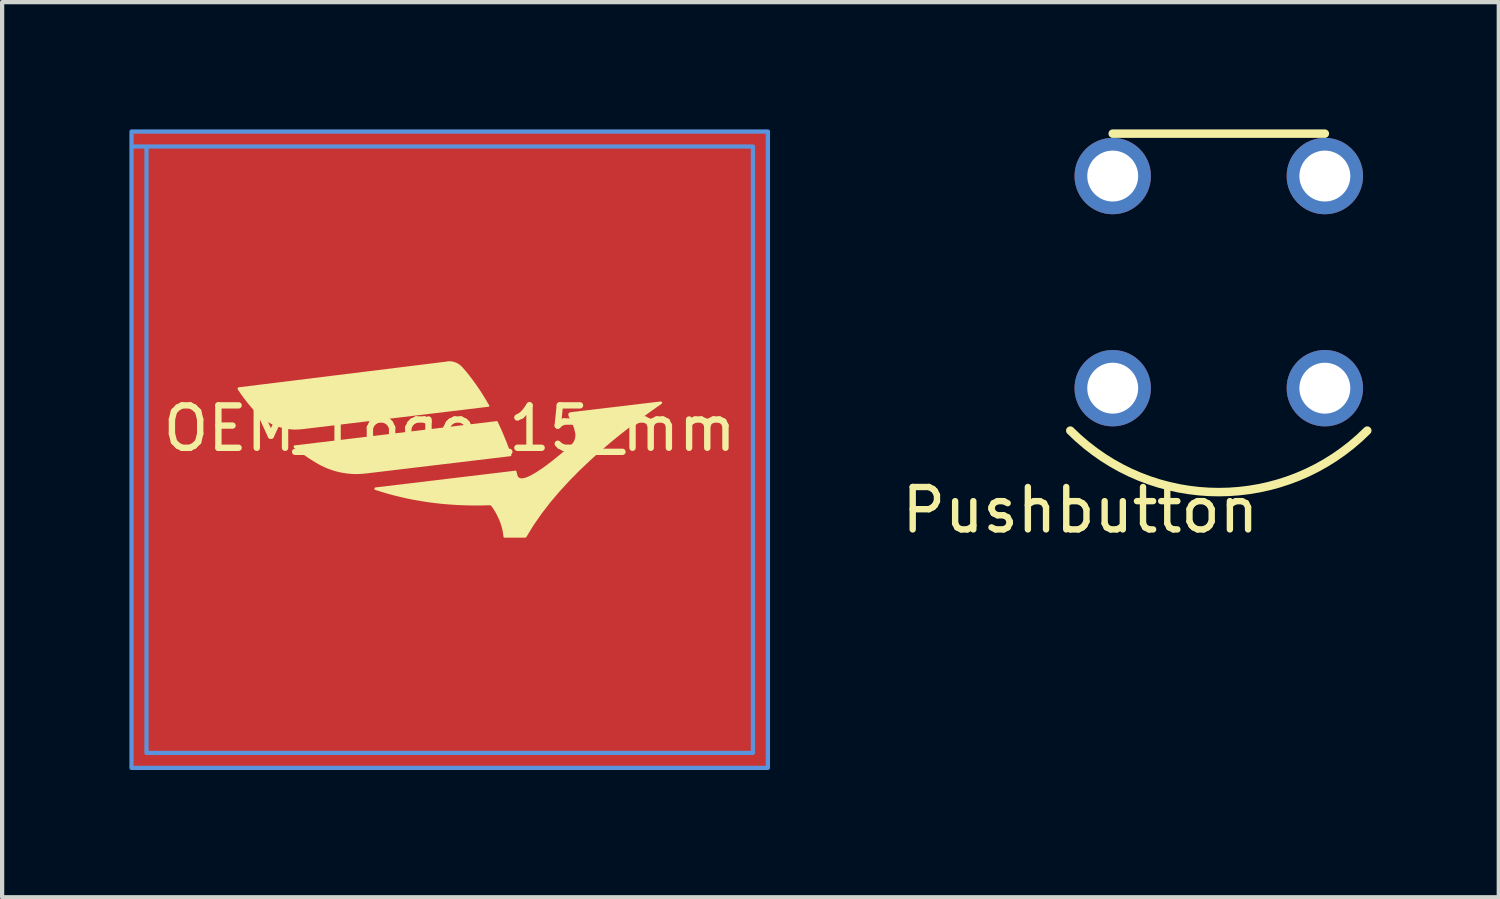
<source format=kicad_pcb>
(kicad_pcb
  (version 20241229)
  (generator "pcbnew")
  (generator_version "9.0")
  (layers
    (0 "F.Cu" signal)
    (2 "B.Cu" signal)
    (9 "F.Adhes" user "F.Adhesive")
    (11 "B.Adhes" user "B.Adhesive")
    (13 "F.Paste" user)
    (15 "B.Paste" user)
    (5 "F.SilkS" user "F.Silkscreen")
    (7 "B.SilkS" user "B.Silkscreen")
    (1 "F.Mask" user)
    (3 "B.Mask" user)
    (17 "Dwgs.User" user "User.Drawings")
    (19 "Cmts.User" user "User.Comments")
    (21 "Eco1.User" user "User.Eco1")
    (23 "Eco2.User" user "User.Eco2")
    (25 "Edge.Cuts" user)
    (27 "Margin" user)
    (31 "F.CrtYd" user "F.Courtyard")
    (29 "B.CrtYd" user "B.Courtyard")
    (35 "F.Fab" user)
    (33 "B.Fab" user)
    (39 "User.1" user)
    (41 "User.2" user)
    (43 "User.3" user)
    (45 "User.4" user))
  (footprint "Pushbutton"
    (layer "F.Cu")
    (at 23.178 1.1)
    (property "Reference" "Pushbutton" (at -0.762 7.874 0) (layer "F.SilkS") (effects (font (size 1 1) (thickness 0.15))))
    (attr through_hole)
    (fp_line (start 0 -1) (end 5 -1) (stroke (width 0.2) (type solid)) (layer "F.SilkS"))
    (fp_arc (start 6 6) (mid 2.5 7.449747) (end -1 6) (stroke (width 0.2) (type solid)) (layer "F.SilkS"))
    (pad "1" thru_hole circle (at 0 0) (size 1.8 1.8) (drill 1.2) (layers "*.Cu" "*.Mask"))
    (pad "1" thru_hole circle (at 0 5) (size 1.8 1.8) (drill 1.2) (layers "*.Cu" "*.Mask"))
    (pad "2" thru_hole circle (at 5 0) (size 1.8 1.8) (drill 1.2) (layers "*.Cu" "*.Mask"))
    (pad "2" thru_hole circle (at 5 5) (size 1.8 1.8) (drill 1.2) (layers "*.Cu" "*.Mask")))
  (footprint "OEM_Logo_15_mm"
    (layer "F.Cu")
    (at 7.55 7.55)
    (property "Reference" "OEM_Logo_15_mm" (at 0 -0.5 0) (unlocked yes) (layer "F.SilkS") (effects (font (size 1 1) (thickness 0.15))))
    (attr board_only)
    (fp_poly (pts (xy 7.5 7.5) (xy -7.5 7.5) (xy -7.5 -7.5) (xy 7.5 -7.5)) (stroke (width 0) (type solid)) (fill yes) (layer "F.Cu"))
    (fp_poly (pts (xy 7.5 7.5) (xy -7.5 7.5) (xy -7.5 -7.5) (xy 7.5 -7.5)) (stroke (width 0) (type solid)) (fill yes) (layer "F.Mask"))
    (fp_poly (pts (xy 0.015 -2.084) (xy 0.039 -2.082) (xy 0.064 -2.078) (xy 0.088 -2.073) (xy 0.111 -2.066) (xy 0.134 -2.058) (xy 0.157 -2.049) (xy 0.179 -2.038) (xy 0.2 -2.026) (xy 0.221 -2.012) (xy 0.241 -1.998) (xy 0.26 -1.982) (xy 0.279 -1.965) (xy 0.296 -1.947) (xy 0.38 -1.851) (xy 0.462 -1.749) (xy 0.544 -1.641) (xy 0.625 -1.529) (xy 0.705 -1.413) (xy 0.783 -1.292) (xy 0.86 -1.166) (xy 0.935 -1.037) (xy 0.935 -1.036) (xy 0.935 -1.035) (xy 0.935 -1.034) (xy 0.935 -1.033) (xy 0.935 -1.032) (xy 0.935 -1.031) (xy 0.935 -1.03) (xy 0.934 -1.029) (xy 0.934 -1.028) (xy 0.933 -1.027) (xy 0.933 -1.026) (xy 0.932 -1.025) (xy 0.931 -1.024) (xy 0.931 -1.023) (xy 0.929 -1.021) (xy 0.928 -1.019) (xy 0.926 -1.018) (xy 0.925 -1.016) (xy 0.924 -1.015) (xy 0.922 -1.013) (xy 0.921 -1.013) (xy -3.485 -0.483) (xy -3.563 -0.477) (xy -3.641 -0.474) (xy -3.719 -0.477) (xy -3.796 -0.485) (xy -3.872 -0.497) (xy -3.948 -0.513) (xy -4.022 -0.534) (xy -4.094 -0.559) (xy -4.165 -0.589) (xy -4.235 -0.623) (xy -4.302 -0.661) (xy -4.367 -0.703) (xy -4.429 -0.749) (xy -4.489 -0.799) (xy -4.546 -0.853) (xy -4.6 -0.91) (xy -4.639 -0.955) (xy -4.677 -0.998) (xy -4.712 -1.04) (xy -4.745 -1.08) (xy -4.777 -1.119) (xy -4.806 -1.156) (xy -4.859 -1.226) (xy -4.904 -1.287) (xy -4.941 -1.341) (xy -4.972 -1.386) (xy -4.995 -1.422) (xy -4.996 -1.424) (xy -4.997 -1.426) (xy -4.998 -1.428) (xy -4.998 -1.43) (xy -4.999 -1.432) (xy -4.999 -1.434) (xy -4.999 -1.436) (xy -4.999 -1.438) (xy -4.999 -1.44) (xy -4.999 -1.443) (xy -4.999 -1.445) (xy -4.999 -1.447) (xy -4.998 -1.449) (xy -4.998 -1.451) (xy -4.997 -1.453) (xy -4.996 -1.454) (xy -4.995 -1.456) (xy -4.994 -1.458) (xy -4.993 -1.46) (xy -4.992 -1.461) (xy -4.991 -1.463) (xy -4.989 -1.464) (xy -4.988 -1.465) (xy -4.986 -1.466) (xy -4.985 -1.467) (xy -4.983 -1.468) (xy -4.981 -1.469) (xy -4.979 -1.47) (xy -4.977 -1.47) (xy -4.975 -1.471) (xy -4.973 -1.471) (xy -4.971 -1.471) (xy -0.063 -2.078) (xy -0.06 -2.081) (xy -0.035 -2.084) (xy -0.01 -2.085)) (stroke (width 0) (type solid)) (fill yes) (layer "F.SilkS"))
    (fp_poly (pts (xy 1.113 -0.674) (xy 1.114 -0.674) (xy 1.116 -0.673) (xy 1.117 -0.673) (xy 1.119 -0.673) (xy 1.119 -0.673) (xy 1.12 -0.672) (xy 1.121 -0.672) (xy 1.121 -0.672) (xy 1.122 -0.672) (xy 1.123 -0.671) (xy 1.123 -0.671) (xy 1.124 -0.671) (xy 1.125 -0.67) (xy 1.125 -0.67) (xy 1.126 -0.669) (xy 1.126 -0.669) (xy 1.127 -0.668) (xy 1.127 -0.668) (xy 1.128 -0.667) (xy 1.128 -0.667) (xy 1.128 -0.666) (xy 1.128 -0.666) (xy 1.129 -0.665) (xy 1.129 -0.665) (xy 1.129 -0.664) (xy 1.129 -0.663) (xy 1.173 -0.568) (xy 1.217 -0.471) (xy 1.259 -0.374) (xy 1.3 -0.276) (xy 1.341 -0.176) (xy 1.379 -0.075) (xy 1.417 0.027) (xy 1.453 0.13) (xy 1.454 0.131) (xy 1.454 0.132) (xy 1.454 0.133) (xy 1.454 0.134) (xy 1.454 0.135) (xy 1.454 0.136) (xy 1.453 0.137) (xy 1.453 0.138) (xy 1.452 0.139) (xy 1.452 0.14) (xy 1.451 0.141) (xy 1.451 0.142) (xy 1.45 0.143) (xy 1.449 0.143) (xy 1.448 0.145) (xy 1.446 0.146) (xy 1.445 0.148) (xy 1.443 0.149) (xy 1.442 0.15) (xy 1.44 0.151) (xy 1.439 0.152) (xy -1.979 0.561) (xy -2.056 0.568) (xy -2.134 0.573) (xy -2.211 0.574) (xy -2.289 0.572) (xy -2.366 0.566) (xy -2.442 0.558) (xy -2.519 0.546) (xy -2.594 0.531) (xy -2.669 0.513) (xy -2.743 0.492) (xy -2.816 0.467) (xy -2.888 0.44) (xy -2.959 0.409) (xy -3.029 0.376) (xy -3.097 0.339) (xy -3.164 0.3) (xy -3.232 0.257) (xy -3.299 0.215) (xy -3.364 0.172) (xy -3.427 0.128) (xy -3.489 0.085) (xy -3.55 0.041) (xy -3.61 -0.002) (xy -3.669 -0.046) (xy -3.665 -0.046) (xy -3.668 -0.048) (xy -3.67 -0.049) (xy -3.671 -0.051) (xy -3.673 -0.053) (xy -3.674 -0.056) (xy -3.676 -0.058) (xy -3.677 -0.06) (xy -3.677 -0.062) (xy -3.678 -0.064) (xy -3.679 -0.067) (xy -3.679 -0.069) (xy -3.679 -0.072) (xy -3.679 -0.074) (xy -3.679 -0.076) (xy -3.679 -0.078) (xy -3.678 -0.081) (xy -3.677 -0.083) (xy -3.677 -0.085) (xy -3.676 -0.087) (xy -3.675 -0.089) (xy -3.673 -0.091) (xy -3.672 -0.093) (xy -3.67 -0.094) (xy -3.669 -0.096) (xy -3.667 -0.097) (xy -3.665 -0.099) (xy -3.663 -0.1) (xy -3.661 -0.101) (xy -3.659 -0.101) (xy -3.656 -0.102) (xy -3.654 -0.102) (xy -3.651 -0.102) (xy 1.111 -0.674)) (stroke (width 0) (type solid)) (fill yes) (layer "F.SilkS"))
    (fp_poly (pts (xy 4.977 -1.137) (xy 4.98 -1.136) (xy 4.982 -1.136) (xy 4.985 -1.135) (xy 4.987 -1.134) (xy 4.99 -1.133) (xy 4.992 -1.131) (xy 4.994 -1.13) (xy 4.996 -1.128) (xy 4.998 -1.126) (xy 5 -1.124) (xy 5.001 -1.122) (xy 5.002 -1.119) (xy 5.003 -1.117) (xy 5.004 -1.115) (xy 5.005 -1.112) (xy 5.005 -1.11) (xy 5.006 -1.107) (xy 5.006 -1.104) (xy 5.006 -1.102) (xy 5.005 -1.099) (xy 5.005 -1.097) (xy 5.004 -1.094) (xy 5.003 -1.092) (xy 5.002 -1.09) (xy 5 -1.087) (xy 4.999 -1.085) (xy 4.997 -1.083) (xy 4.994 -1.081) (xy 4.992 -1.08) (xy 4.752 -0.912) (xy 4.412 -0.663) (xy 3.999 -0.341) (xy 3.774 -0.156) (xy 3.541 0.044) (xy 3.303 0.259) (xy 3.064 0.486) (xy 2.828 0.725) (xy 2.598 0.975) (xy 2.377 1.234) (xy 2.17 1.502) (xy 1.978 1.778) (xy 1.806 2.06) (xy 1.806 2.061) (xy 1.805 2.061) (xy 1.803 2.063) (xy 1.801 2.064) (xy 1.799 2.065) (xy 1.797 2.067) (xy 1.794 2.068) (xy 1.792 2.069) (xy 1.79 2.07) (xy 1.785 2.072) (xy 1.781 2.073) (xy 1.778 2.074) (xy 1.298 2.074) (xy 1.297 2.074) (xy 1.295 2.074) (xy 1.293 2.074) (xy 1.292 2.074) (xy 1.29 2.074) (xy 1.289 2.073) (xy 1.287 2.073) (xy 1.286 2.072) (xy 1.284 2.072) (xy 1.283 2.071) (xy 1.282 2.071) (xy 1.28 2.07) (xy 1.279 2.069) (xy 1.278 2.068) (xy 1.277 2.068) (xy 1.276 2.067) (xy 1.275 2.066) (xy 1.274 2.065) (xy 1.273 2.064) (xy 1.272 2.063) (xy 1.271 2.062) (xy 1.27 2.06) (xy 1.27 2.059) (xy 1.269 2.058) (xy 1.268 2.057) (xy 1.268 2.055) (xy 1.268 2.054) (xy 1.267 2.052) (xy 1.267 2.051) (xy 1.267 2.049) (xy 1.267 2.048) (xy 1.267 2.046) (xy 1.263 2.014) (xy 1.259 1.981) (xy 1.254 1.95) (xy 1.249 1.918) (xy 1.242 1.888) (xy 1.235 1.857) (xy 1.219 1.798) (xy 1.201 1.742) (xy 1.181 1.687) (xy 1.159 1.636) (xy 1.137 1.587) (xy 1.115 1.542) (xy 1.093 1.5) (xy 1.071 1.462) (xy 1.05 1.427) (xy 1.03 1.396) (xy 1.012 1.37) (xy 0.984 1.33) (xy 0.982 1.327) (xy 0.98 1.325) (xy 0.978 1.323) (xy 0.975 1.321) (xy 0.973 1.319) (xy 0.97 1.317) (xy 0.967 1.315) (xy 0.964 1.314) (xy 0.961 1.313) (xy 0.958 1.312) (xy 0.955 1.311) (xy 0.952 1.31) (xy 0.948 1.309) (xy 0.945 1.309) (xy 0.942 1.309) (xy 0.938 1.309) (xy 0.744 1.314) (xy 0.553 1.315) (xy 0.365 1.311) (xy 0.182 1.304) (xy 0.001 1.292) (xy -0.176 1.277) (xy -0.349 1.258) (xy -0.519 1.236) (xy -0.685 1.21) (xy -0.848 1.182) (xy -1.007 1.15) (xy -1.163 1.115) (xy -1.316 1.077) (xy -1.465 1.037) (xy -1.753 0.949) (xy -1.756 0.948) (xy -1.759 0.947) (xy -1.761 0.945) (xy -1.763 0.943) (xy -1.765 0.942) (xy -1.767 0.94) (xy -1.769 0.938) (xy -1.77 0.936) (xy -1.771 0.933) (xy -1.772 0.931) (xy -1.773 0.929) (xy -1.773 0.926) (xy -1.774 0.924) (xy -1.774 0.921) (xy -1.774 0.919) (xy -1.774 0.916) (xy -1.773 0.914) (xy -1.773 0.911) (xy -1.772 0.909) (xy -1.771 0.907) (xy -1.77 0.904) (xy -1.768 0.902) (xy -1.767 0.9) (xy -1.765 0.898) (xy -1.763 0.897) (xy -1.761 0.895) (xy -1.759 0.893) (xy -1.757 0.892) (xy -1.754 0.891) (xy -1.752 0.89) (xy -1.749 0.889) (xy -1.746 0.889) (xy 1.552 0.494) (xy 1.553 0.494) (xy 1.554 0.493) (xy 1.554 0.493) (xy 1.555 0.493) (xy 1.556 0.493) (xy 1.557 0.493) (xy 1.557 0.493) (xy 1.558 0.493) (xy 1.559 0.493) (xy 1.559 0.493) (xy 1.56 0.494) (xy 1.561 0.494) (xy 1.562 0.494) (xy 1.562 0.494) (xy 1.563 0.495) (xy 1.564 0.495) (xy 1.564 0.496) (xy 1.565 0.496) (xy 1.566 0.497) (xy 1.566 0.497) (xy 1.567 0.498) (xy 1.567 0.498) (xy 1.568 0.499) (xy 1.568 0.499) (xy 1.569 0.5) (xy 1.569 0.501) (xy 1.569 0.501) (xy 1.569 0.502) (xy 1.57 0.502) (xy 1.57 0.503) (xy 1.57 0.504) (xy 1.57 0.504) (xy 1.586 0.564) (xy 1.594 0.593) (xy 1.602 0.621) (xy 1.616 0.644) (xy 1.636 0.661) (xy 1.66 0.671) (xy 1.688 0.675) (xy 1.72 0.674) (xy 1.756 0.667) (xy 1.795 0.656) (xy 1.837 0.64) (xy 1.882 0.62) (xy 1.929 0.596) (xy 2.028 0.539) (xy 2.132 0.472) (xy 2.238 0.398) (xy 2.344 0.319) (xy 2.447 0.239) (xy 2.632 0.088) (xy 2.843 -0.095) (xy 2.856 -0.106) (xy 2.867 -0.117) (xy 2.878 -0.129) (xy 2.888 -0.14) (xy 2.897 -0.151) (xy 2.906 -0.163) (xy 2.914 -0.174) (xy 2.921 -0.185) (xy 2.927 -0.197) (xy 2.933 -0.208) (xy 2.938 -0.22) (xy 2.942 -0.231) (xy 2.946 -0.242) (xy 2.95 -0.253) (xy 2.953 -0.264) (xy 2.955 -0.274) (xy 2.959 -0.295) (xy 2.962 -0.315) (xy 2.963 -0.334) (xy 2.963 -0.351) (xy 2.962 -0.367) (xy 2.96 -0.382) (xy 2.958 -0.395) (xy 2.956 -0.406) (xy 2.946 -0.446) (xy 2.936 -0.484) (xy 2.925 -0.52) (xy 2.914 -0.553) (xy 2.903 -0.584) (xy 2.892 -0.612) (xy 2.881 -0.639) (xy 2.87 -0.663) (xy 2.859 -0.685) (xy 2.85 -0.704) (xy 2.84 -0.722) (xy 2.831 -0.738) (xy 2.823 -0.751) (xy 2.816 -0.763) (xy 2.805 -0.78) (xy 2.808 -0.787) (xy 2.806 -0.79) (xy 2.804 -0.794) (xy 2.802 -0.798) (xy 2.8 -0.802) (xy 2.799 -0.806) (xy 2.798 -0.81) (xy 2.796 -0.814) (xy 2.796 -0.818) (xy 2.795 -0.822) (xy 2.795 -0.825) (xy 2.795 -0.829) (xy 2.795 -0.833) (xy 2.795 -0.837) (xy 2.796 -0.841) (xy 2.797 -0.844) (xy 2.798 -0.848) (xy 2.8 -0.852) (xy 2.801 -0.855) (xy 2.804 -0.858) (xy 2.806 -0.861) (xy 2.809 -0.864) (xy 2.812 -0.867) (xy 2.816 -0.87) (xy 2.82 -0.873) (xy 2.824 -0.875) (xy 2.828 -0.877) (xy 2.833 -0.879) (xy 2.839 -0.881) (xy 2.845 -0.882) (xy 2.851 -0.884) (xy 2.858 -0.885) (xy 2.865 -0.886) (xy 4.967 -1.136) (xy 4.97 -1.137) (xy 4.974 -1.137)) (stroke (width 0) (type solid)) (fill yes) (layer "F.SilkS"))
    (fp_poly (pts (xy 7.5 7.5) (xy -7.5 7.5) (xy -7.5 7.147) (xy -7.147 7.147) (xy 7.147 7.147) (xy 7.147 -7.147) (xy -7.147 -7.147) (xy -7.147 7.147) (xy -7.5 7.147) (xy -7.5 -7.5) (xy 7.5 -7.5)) (stroke (width 0.1) (type solid)) (fill no) (layer "Cmts.User")))
  (gr_rect
    (start -3 -3)
    (end 32.278 18.1)
    (stroke (width 0.1) (type default))
    (fill no)
    (layer "Edge.Cuts")))
</source>
